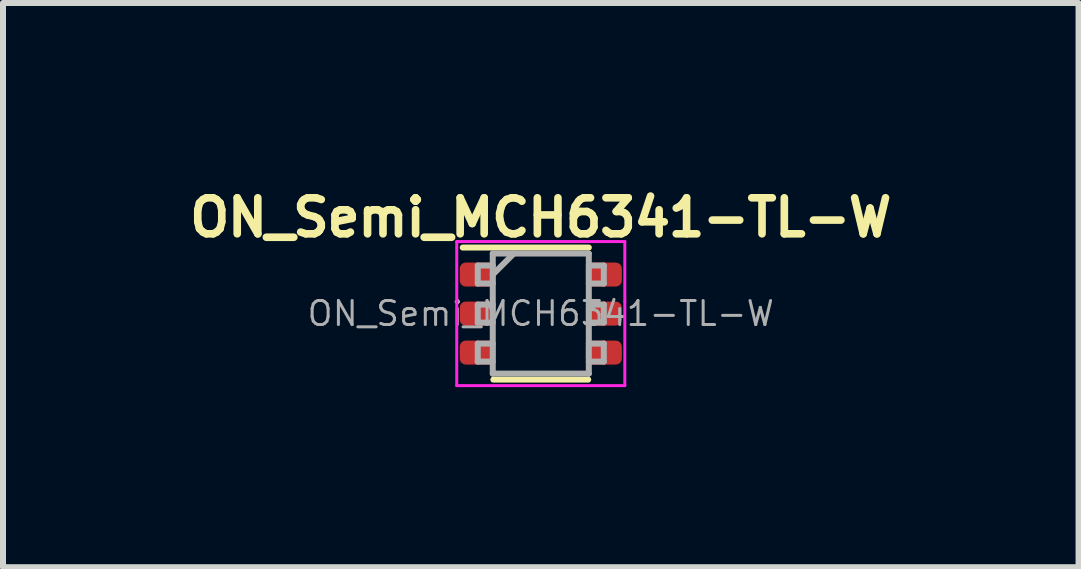
<source format=kicad_pcb>
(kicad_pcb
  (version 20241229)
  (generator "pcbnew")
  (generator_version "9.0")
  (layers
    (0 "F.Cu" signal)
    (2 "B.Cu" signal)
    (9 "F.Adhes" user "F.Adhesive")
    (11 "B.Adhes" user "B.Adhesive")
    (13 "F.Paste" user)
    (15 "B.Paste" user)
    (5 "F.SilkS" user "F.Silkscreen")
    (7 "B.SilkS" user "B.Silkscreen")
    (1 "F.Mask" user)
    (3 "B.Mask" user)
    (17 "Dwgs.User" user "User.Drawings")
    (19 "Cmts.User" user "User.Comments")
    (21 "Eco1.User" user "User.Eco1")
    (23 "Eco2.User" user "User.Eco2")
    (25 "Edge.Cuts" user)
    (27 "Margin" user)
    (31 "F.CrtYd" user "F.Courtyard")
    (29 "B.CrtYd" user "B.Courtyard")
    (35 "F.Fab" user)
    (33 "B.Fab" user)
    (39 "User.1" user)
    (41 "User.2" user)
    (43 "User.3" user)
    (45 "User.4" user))
  (footprint "ON_Semi_MCH6341-TL-W"
    (layer "F.Cu")
    (at 5.959 2.174)
    (property "Reference" "ON_Semi_MCH6341-TL-W" (at 0 -1.6 0) (layer "F.SilkS") (effects (font (size 0.6 0.6) (thickness 0.127))))
    (attr smd)
    (fp_line (start -0.79 1.1) (end 0.79 1.1) (stroke (width 0.1) (type solid)) (layer "F.SilkS"))
    (fp_line (start 0.8 -1.1) (end -1.3 -1.1) (stroke (width 0.1) (type solid)) (layer "F.SilkS"))
    (fp_line (start -1.4 -1.2) (end 1.4 -1.2) (stroke (width 0.05) (type solid)) (layer "F.CrtYd"))
    (fp_line (start -1.4 1.2) (end -1.4 -1.2) (stroke (width 0.05) (type solid)) (layer "F.CrtYd"))
    (fp_line (start -1.4 1.2) (end 1.4 1.2) (stroke (width 0.05) (type solid)) (layer "F.CrtYd"))
    (fp_line (start 1.4 -1.2) (end 1.4 -0.2) (stroke (width 0.05) (type solid)) (layer "F.CrtYd"))
    (fp_line (start 1.4 -0.2) (end 1.4 1.2) (stroke (width 0.05) (type solid)) (layer "F.CrtYd"))
    (fp_line (start -1.05 -0.8) (end -0.8 -0.8) (stroke (width 0.1) (type solid)) (layer "F.Fab"))
    (fp_line (start -1.05 -0.5) (end -1.05 -0.8) (stroke (width 0.1) (type solid)) (layer "F.Fab"))
    (fp_line (start -1.05 -0.5) (end -0.8 -0.5) (stroke (width 0.1) (type solid)) (layer "F.Fab"))
    (fp_line (start -1.05 -0.15) (end -0.8 -0.15) (stroke (width 0.1) (type solid)) (layer "F.Fab"))
    (fp_line (start -1.05 0.15) (end -1.05 -0.15) (stroke (width 0.1) (type solid)) (layer "F.Fab"))
    (fp_line (start -1.05 0.15) (end -0.8 0.15) (stroke (width 0.1) (type solid)) (layer "F.Fab"))
    (fp_line (start -1.05 0.5) (end -0.8 0.5) (stroke (width 0.1) (type solid)) (layer "F.Fab"))
    (fp_line (start -1.05 0.8) (end -1.05 0.5) (stroke (width 0.1) (type solid)) (layer "F.Fab"))
    (fp_line (start -1.05 0.8) (end -0.8 0.8) (stroke (width 0.1) (type solid)) (layer "F.Fab"))
    (fp_line (start -0.8 -1) (end -0.8 1) (stroke (width 0.1) (type solid)) (layer "F.Fab"))
    (fp_line (start -0.8 -0.65) (end -0.45 -1) (stroke (width 0.1) (type solid)) (layer "F.Fab"))
    (fp_line (start -0.8 1) (end 0.8 1) (stroke (width 0.1) (type solid)) (layer "F.Fab"))
    (fp_line (start 0.8 -1) (end -0.8 -1) (stroke (width 0.1) (type solid)) (layer "F.Fab"))
    (fp_line (start 0.8 -0.8) (end 1.05 -0.8) (stroke (width 0.1) (type solid)) (layer "F.Fab"))
    (fp_line (start 0.8 1) (end 0.8 -1) (stroke (width 0.1) (type solid)) (layer "F.Fab"))
    (fp_line (start 1.05 -0.8) (end 1.05 -0.5) (stroke (width 0.1) (type solid)) (layer "F.Fab"))
    (fp_line (start 1.05 -0.5) (end 0.8 -0.5) (stroke (width 0.1) (type solid)) (layer "F.Fab"))
    (fp_line (start 1.05 -0.15) (end 0.8 -0.15) (stroke (width 0.1) (type solid)) (layer "F.Fab"))
    (fp_line (start 1.05 0.15) (end 0.8 0.15) (stroke (width 0.1) (type solid)) (layer "F.Fab"))
    (fp_line (start 1.05 0.15) (end 1.05 -0.15) (stroke (width 0.1) (type solid)) (layer "F.Fab"))
    (fp_line (start 1.05 0.5) (end 0.8 0.5) (stroke (width 0.1) (type solid)) (layer "F.Fab"))
    (fp_line (start 1.05 0.8) (end 0.8 0.8) (stroke (width 0.1) (type solid)) (layer "F.Fab"))
    (fp_line (start 1.05 0.8) (end 1.05 0.5) (stroke (width 0.1) (type solid)) (layer "F.Fab"))
    (fp_text user "${REFERENCE}" (at 0 0 180) (layer "F.Fab") (effects (font (size 0.4 0.4) (thickness 0.05))))
    (pad "D" smd roundrect (at -1.05 -0.65) (size 0.6 0.4) (layers "F.Cu" "F.Mask" "F.Paste") (roundrect_rratio 0.25))
    (pad "D" smd roundrect (at -1.05 0) (size 0.6 0.4) (layers "F.Cu" "F.Mask" "F.Paste") (roundrect_rratio 0.25))
    (pad "D" smd roundrect (at 1.05 -0.65) (size 0.6 0.4) (layers "F.Cu" "F.Mask" "F.Paste") (roundrect_rratio 0.25))
    (pad "D" smd roundrect (at 1.05 0) (size 0.6 0.4) (layers "F.Cu" "F.Mask" "F.Paste") (roundrect_rratio 0.25))
    (pad "G" smd roundrect (at -1.05 0.65) (size 0.6 0.4) (layers "F.Cu" "F.Mask" "F.Paste") (roundrect_rratio 0.25))
    (pad "S" smd roundrect (at 1.05 0.65) (size 0.6 0.4) (layers "F.Cu" "F.Mask" "F.Paste") (roundrect_rratio 0.25)))
  (gr_rect
    (start -3 -3)
    (end 14.918 6.399)
    (stroke (width 0.1) (type default))
    (fill no)
    (layer "Edge.Cuts")))
</source>
